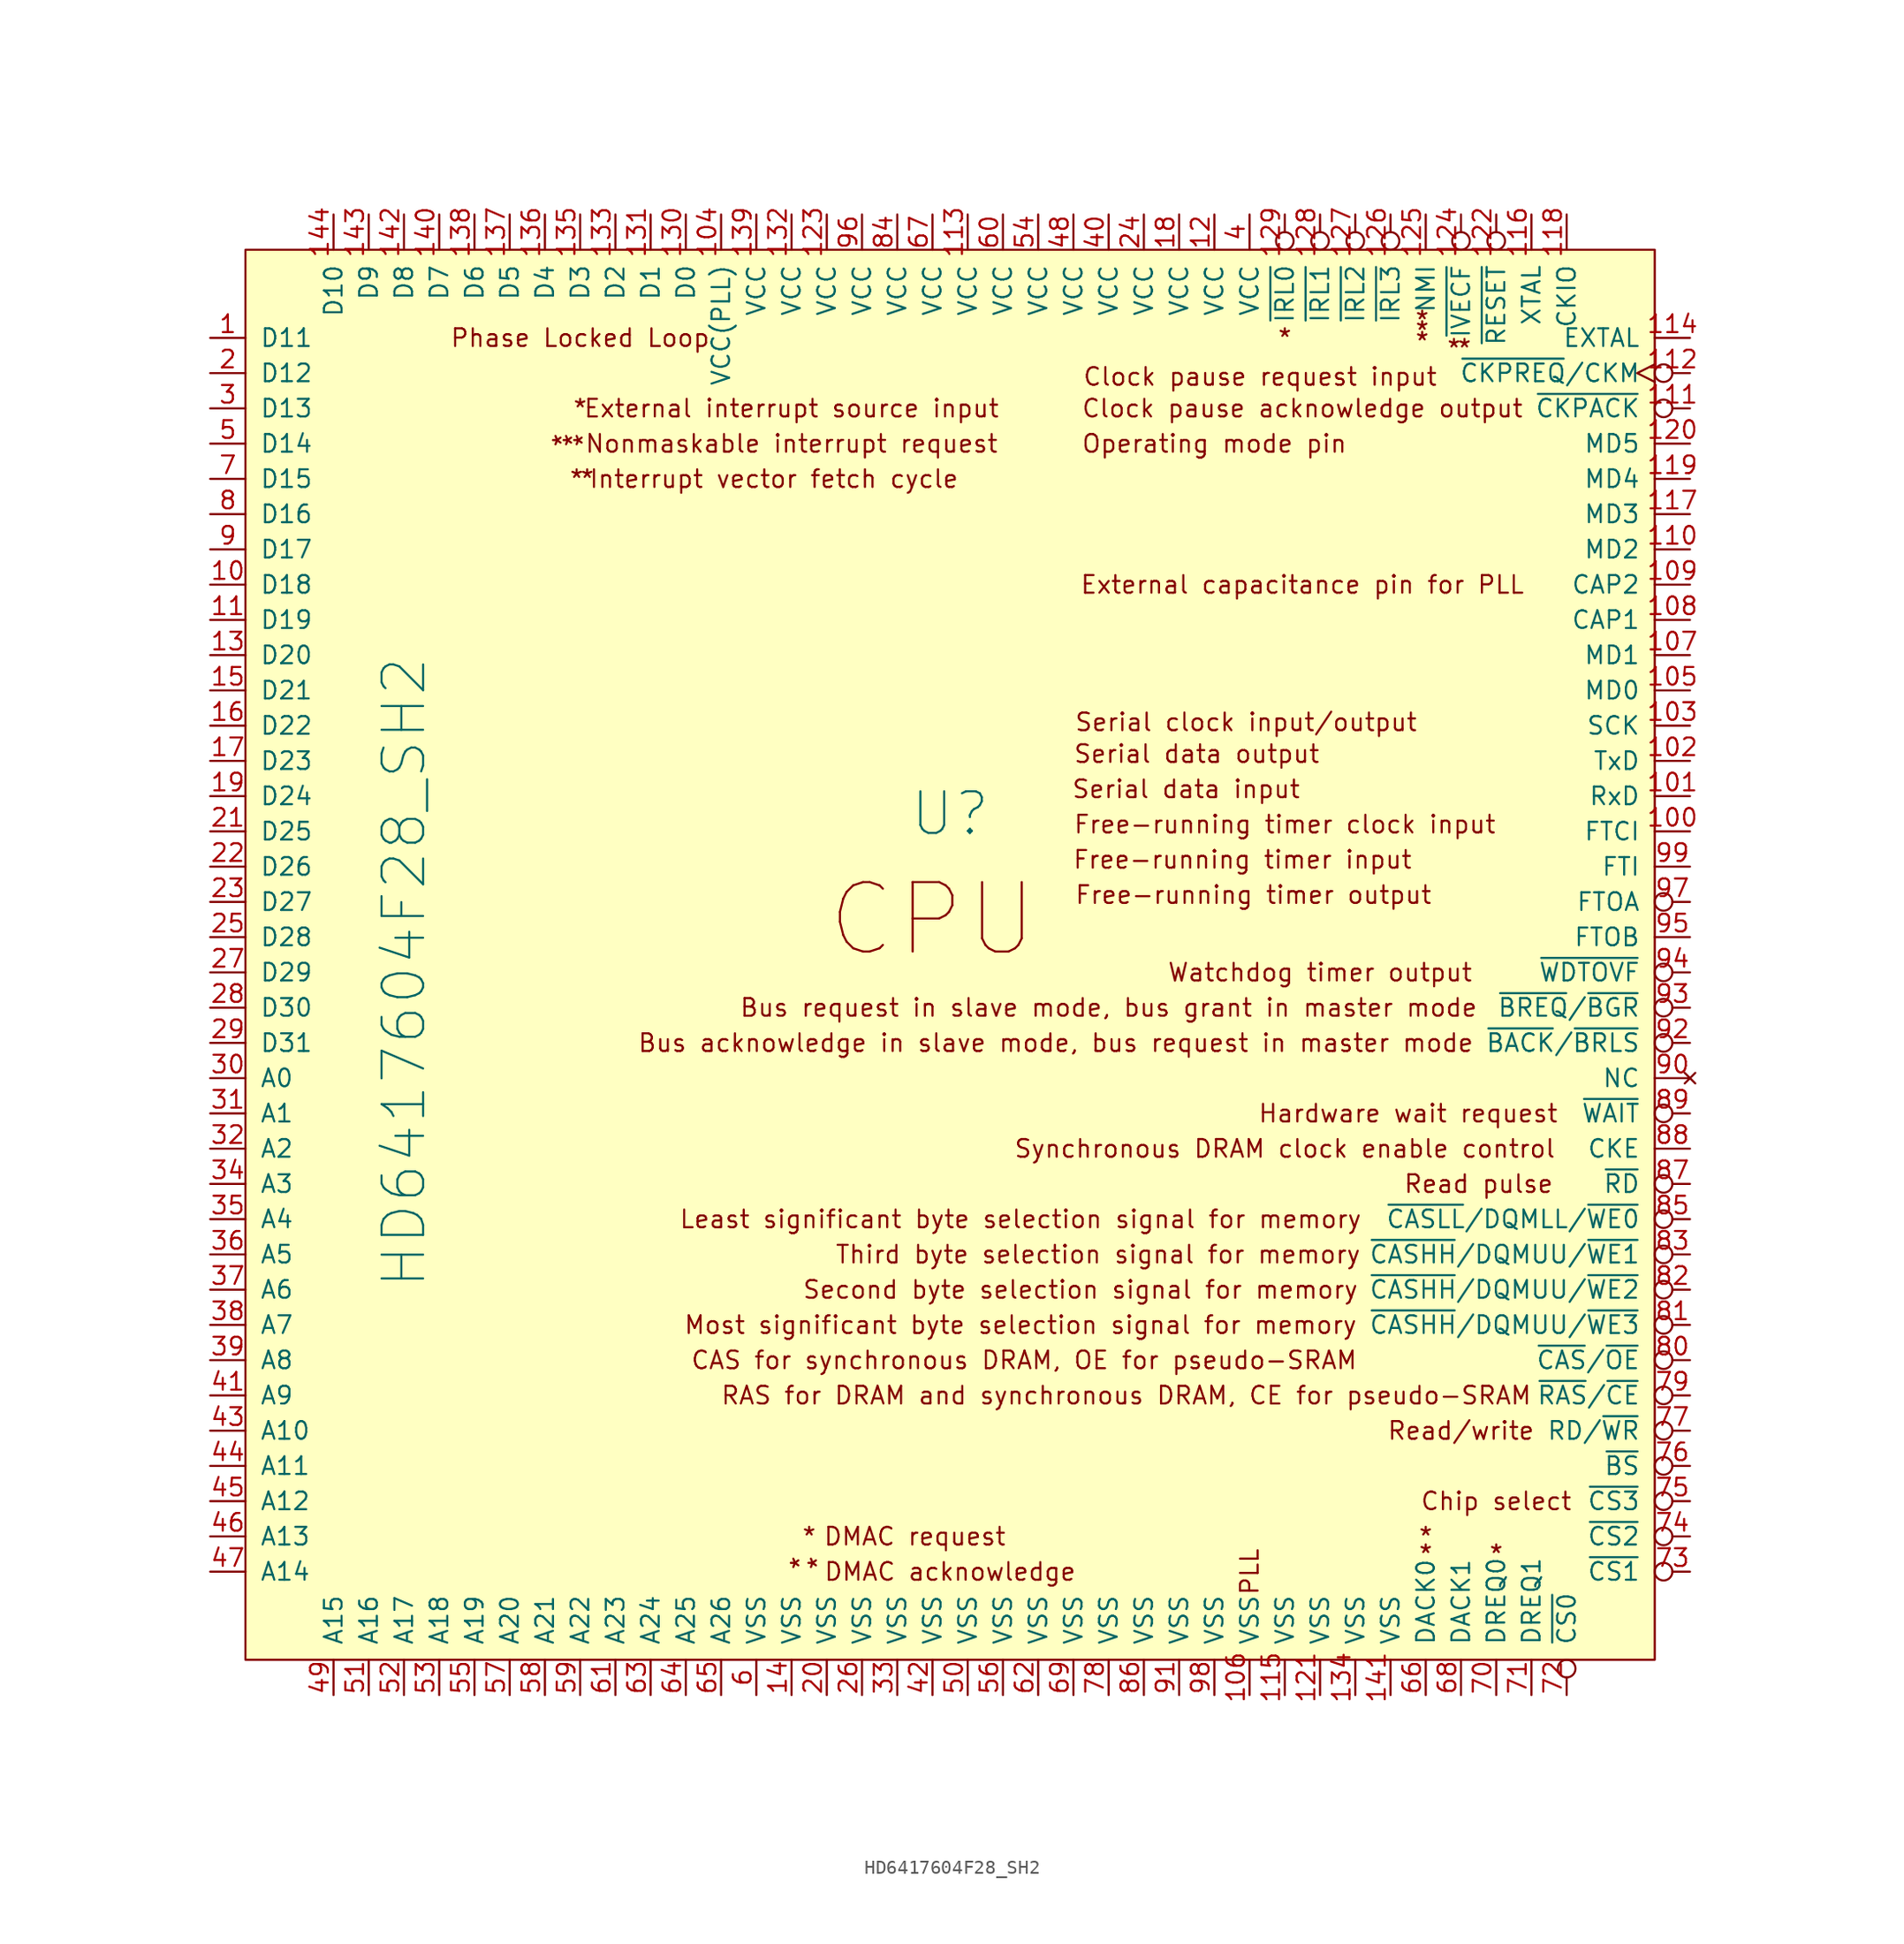
<source format=kicad_sym>
(kicad_symbol_lib
  (version 20231120)
  (generator "kicad_symbol_editor")
  (generator_version "8.0")
  (symbol "HD6417604F28_SH2"
    (pin_names
      (offset 1.016))
    (property "Reference" "U"
      (at 0 10.16 0)
      (effects (font (size 2.997 2.997))))
    (property "Value" "HD6417604F28_SH2"
      (at -39.37 -1.27 90)
      (effects (font (size 2.997 2.997))))
    (symbol "HD6417604F28_SH2_0_0"
      (text "*" (at -27.94 37.084 900) (effects (font (size 1.27 1.27))))
      (text "*" (at -27.178 37.084 900) (effects (font (size 1.27 1.27))))
      (text "*" (at -26.924 34.29 0) (effects (font (size 1.27 1.27))))
      (text "*" (at -26.67 39.37 0) (effects (font (size 1.27 1.27))))
      (text "*" (at -26.416 37.084 900) (effects (font (size 1.27 1.27))))
      (text "*" (at -26.162 34.29 0) (effects (font (size 1.27 1.27))))
      (text "*" (at -10.795 -43.815 900) (effects (font (size 1.27 1.27))))
      (text "*" (at -10.16 -41.91 0) (effects (font (size 1.27 1.27))))
      (text "*" (at -9.525 -43.815 900) (effects (font (size 1.27 1.27))))
      (text "*" (at 24.13 44.45 0) (effects (font (size 1.27 1.27))))
      (text "*" (at 34.036 44.196 0) (effects (font (size 1.27 1.27))))
      (text "*" (at 34.036 44.958 0) (effects (font (size 1.27 1.27))))
      (text "*" (at 34.036 45.72 0) (effects (font (size 1.27 1.27))))
      (text "*" (at 34.29 -43.18 0) (effects (font (size 1.27 1.27))))
      (text "*" (at 34.29 -41.91 0) (effects (font (size 1.27 1.27))))
      (text "*" (at 36.322 43.688 0) (effects (font (size 1.27 1.27))))
      (text "*" (at 37.084 43.688 0) (effects (font (size 1.27 1.27))))
      (text "*" (at 39.37 -43.18 0) (effects (font (size 1.27 1.27))))
      (text "Bus acknowledge in slave mode, bus request in master mode" (at 7.62 -6.35 0) (effects (font (size 1.27 1.27))))
      (text "Bus request in slave mode, bus grant in master mode" (at 11.43 -3.81 0) (effects (font (size 1.27 1.27))))
      (text "CAS for synchronous DRAM, OE for pseudo-SRAM" (at 5.334 -29.21 0) (effects (font (size 1.27 1.27))))
      (text "Chip select" (at 39.37 -39.37 0) (effects (font (size 1.27 1.27))))
      (text "Clock pause acknowledge output" (at 25.4 39.37 0) (effects (font (size 1.27 1.27))))
      (text "Clock pause request input" (at 22.352 41.656 0) (effects (font (size 1.27 1.27))))
      (text "CPU" (at -1.27 2.54 0) (effects (font (size 5.004 5.004))))
      (text "DMAC acknowledge" (at 0 -44.45 0) (effects (font (size 1.27 1.27))))
      (text "DMAC request" (at -2.54 -41.91 0) (effects (font (size 1.27 1.27))))
      (text "External capacitance pin for PLL" (at 25.4 26.67 0) (effects (font (size 1.27 1.27))))
      (text "External interrupt source input" (at -11.43 39.37 0) (effects (font (size 1.27 1.27))))
      (text "Free-running timer clock input" (at 24.13 9.398 0) (effects (font (size 1.27 1.27))))
      (text "Free-running timer input" (at 21.082 6.858 0) (effects (font (size 1.27 1.27))))
      (text "Free-running timer output " (at 22.352 4.318 0) (effects (font (size 1.27 1.27))))
      (text "Hardware wait request" (at 33.02 -11.43 0) (effects (font (size 1.27 1.27))))
      (text "Interrupt vector fetch cycle" (at -12.7 34.29 0) (effects (font (size 1.27 1.27))))
      (text "Least significant byte selection signal for memory" (at 5.08 -19.05 0) (effects (font (size 1.27 1.27))))
      (text "Most significant byte selection signal for memory" (at 5.08 -26.67 0) (effects (font (size 1.27 1.27))))
      (text "Nonmaskable interrupt request" (at -11.43 36.83 0) (effects (font (size 1.27 1.27))))
      (text "Operating mode pin" (at 19.05 36.83 0) (effects (font (size 1.27 1.27))))
      (text "Phase Locked Loop" (at -26.67 44.45 0) (effects (font (size 1.27 1.27))))
      (text "PLL" (at 21.59 -44.45 900) (effects (font (size 1.27 1.27))))
      (text "RAS for DRAM and synchronous DRAM, CE for pseudo-SRAM" (at 12.7 -31.75 0) (effects (font (size 1.27 1.27))))
      (text "Read pulse" (at 38.1 -16.51 0) (effects (font (size 1.27 1.27))))
      (text "Read/write" (at 36.83 -34.29 0) (effects (font (size 1.27 1.27))))
      (text "Second byte selection signal for memory" (at 9.398 -24.13 0) (effects (font (size 1.27 1.27))))
      (text "Serial clock input/output" (at 21.336 16.764 0) (effects (font (size 1.27 1.27))))
      (text "Serial data input" (at 17.018 11.938 0) (effects (font (size 1.27 1.27))))
      (text "Serial data output" (at 17.78 14.478 0) (effects (font (size 1.27 1.27))))
      (text "Synchronous DRAM clock enable control" (at 24.13 -13.97 0) (effects (font (size 1.27 1.27))))
      (text "Third byte selection signal for memory" (at 10.668 -21.59 0) (effects (font (size 1.27 1.27))))
      (text "Watchdog timer output" (at 26.67 -1.27 0) (effects (font (size 1.27 1.27)))))
    (symbol "HD6417604F28_SH2_0_1"
      (rectangle (start -50.8 50.8) (end 50.8 -50.8) (stroke (width 0) (type default)) (fill (type background))))
    (symbol "HD6417604F28_SH2_1_1"
      (pin tri_state line (at -53.34 44.45 0) (length 2.54) (name "D11" (effects (font (size 1.27 1.27)))) (number "1" (effects (font (size 1.27 1.27)))))
      (pin tri_state line (at -53.34 26.67 0) (length 2.54) (name "D18" (effects (font (size 1.27 1.27)))) (number "10" (effects (font (size 1.27 1.27)))))
      (pin input line (at 53.34 8.89 180) (length 2.54) (name "FTCI" (effects (font (size 1.27 1.27)))) (number "100" (effects (font (size 1.27 1.27)))))
      (pin input line (at 53.34 11.43 180) (length 2.54) (name "RxD" (effects (font (size 1.27 1.27)))) (number "101" (effects (font (size 1.27 1.27)))))
      (pin output line (at 53.34 13.97 180) (length 2.54) (name "TxD" (effects (font (size 1.27 1.27)))) (number "102" (effects (font (size 1.27 1.27)))))
      (pin bidirectional line (at 53.34 16.51 180) (length 2.54) (name "SCK" (effects (font (size 1.27 1.27)))) (number "103" (effects (font (size 1.27 1.27)))))
      (pin power_in line (at -16.51 53.34 270) (length 2.54) (name "VCC(PLL)" (effects (font (size 1.27 1.27)))) (number "104" (effects (font (size 1.27 1.27)))))
      (pin input line (at 53.34 19.05 180) (length 2.54) (name "MD0" (effects (font (size 1.27 1.27)))) (number "105" (effects (font (size 1.27 1.27)))))
      (pin power_in line (at 21.59 -53.34 90) (length 2.54) (name "VSS" (effects (font (size 1.27 1.27)))) (number "106" (effects (font (size 1.27 1.27)))))
      (pin input line (at 53.34 21.59 180) (length 2.54) (name "MD1" (effects (font (size 1.27 1.27)))) (number "107" (effects (font (size 1.27 1.27)))))
      (pin output line (at 53.34 24.13 180) (length 2.54) (name "CAP1" (effects (font (size 1.27 1.27)))) (number "108" (effects (font (size 1.27 1.27)))))
      (pin output line (at 53.34 26.67 180) (length 2.54) (name "CAP2" (effects (font (size 1.27 1.27)))) (number "109" (effects (font (size 1.27 1.27)))))
      (pin tri_state line (at -53.34 24.13 0) (length 2.54) (name "D19" (effects (font (size 1.27 1.27)))) (number "11" (effects (font (size 1.27 1.27)))))
      (pin input line (at 53.34 29.21 180) (length 2.54) (name "MD2" (effects (font (size 1.27 1.27)))) (number "110" (effects (font (size 1.27 1.27)))))
      (pin output inverted (at 53.34 39.37 180) (length 2.54) (name "~{CKPACK}" (effects (font (size 1.27 1.27)))) (number "111" (effects (font (size 1.27 1.27)))))
      (pin input inverted_clock (at 53.34 41.91 180) (length 2.54) (name "~{CKPREQ}/CKM" (effects (font (size 1.27 1.27)))) (number "112" (effects (font (size 1.27 1.27)))))
      (pin power_in line (at 1.27 53.34 270) (length 2.54) (name "VCC" (effects (font (size 1.27 1.27)))) (number "113" (effects (font (size 1.27 1.27)))))
      (pin input line (at 53.34 44.45 180) (length 2.54) (name "EXTAL" (effects (font (size 1.27 1.27)))) (number "114" (effects (font (size 1.27 1.27)))))
      (pin power_in line (at 24.13 -53.34 90) (length 2.54) (name "VSS" (effects (font (size 1.27 1.27)))) (number "115" (effects (font (size 1.27 1.27)))))
      (pin output line (at 41.91 53.34 270) (length 2.54) (name "XTAL" (effects (font (size 1.27 1.27)))) (number "116" (effects (font (size 1.27 1.27)))))
      (pin input line (at 53.34 31.75 180) (length 2.54) (name "MD3" (effects (font (size 1.27 1.27)))) (number "117" (effects (font (size 1.27 1.27)))))
      (pin bidirectional line (at 44.45 53.34 270) (length 2.54) (name "CKIO" (effects (font (size 1.27 1.27)))) (number "118" (effects (font (size 1.27 1.27)))))
      (pin input line (at 53.34 34.29 180) (length 2.54) (name "MD4" (effects (font (size 1.27 1.27)))) (number "119" (effects (font (size 1.27 1.27)))))
      (pin power_in line (at 19.05 53.34 270) (length 2.54) (name "VCC" (effects (font (size 1.27 1.27)))) (number "12" (effects (font (size 1.27 1.27)))))
      (pin input line (at 53.34 36.83 180) (length 2.54) (name "MD5" (effects (font (size 1.27 1.27)))) (number "120" (effects (font (size 1.27 1.27)))))
      (pin power_in line (at 26.67 -53.34 90) (length 2.54) (name "VSS" (effects (font (size 1.27 1.27)))) (number "121" (effects (font (size 1.27 1.27)))))
      (pin input inverted (at 39.37 53.34 270) (length 2.54) (name "~{RESET}" (effects (font (size 1.27 1.27)))) (number "122" (effects (font (size 1.27 1.27)))))
      (pin power_in line (at -8.89 53.34 270) (length 2.54) (name "VCC" (effects (font (size 1.27 1.27)))) (number "123" (effects (font (size 1.27 1.27)))))
      (pin input inverted (at 36.83 53.34 270) (length 2.54) (name "~{IVECF}" (effects (font (size 1.27 1.27)))) (number "124" (effects (font (size 1.27 1.27)))))
      (pin input line (at 34.29 53.34 270) (length 2.54) (name "NMI" (effects (font (size 1.27 1.27)))) (number "125" (effects (font (size 1.27 1.27)))))
      (pin input inverted (at 31.75 53.34 270) (length 2.54) (name "~{IRL3}" (effects (font (size 1.27 1.27)))) (number "126" (effects (font (size 1.27 1.27)))))
      (pin input inverted (at 29.21 53.34 270) (length 2.54) (name "~{IRL2}" (effects (font (size 1.27 1.27)))) (number "127" (effects (font (size 1.27 1.27)))))
      (pin input inverted (at 26.67 53.34 270) (length 2.54) (name "~{IRL1}" (effects (font (size 1.27 1.27)))) (number "128" (effects (font (size 1.27 1.27)))))
      (pin input inverted (at 24.13 53.34 270) (length 2.54) (name "~{IRL0}" (effects (font (size 1.27 1.27)))) (number "129" (effects (font (size 1.27 1.27)))))
      (pin tri_state line (at -53.34 21.59 0) (length 2.54) (name "D20" (effects (font (size 1.27 1.27)))) (number "13" (effects (font (size 1.27 1.27)))))
      (pin tri_state line (at -19.05 53.34 270) (length 2.54) (name "D0" (effects (font (size 1.27 1.27)))) (number "130" (effects (font (size 1.27 1.27)))))
      (pin tri_state line (at -21.59 53.34 270) (length 2.54) (name "D1" (effects (font (size 1.27 1.27)))) (number "131" (effects (font (size 1.27 1.27)))))
      (pin power_in line (at -11.43 53.34 270) (length 2.54) (name "VCC" (effects (font (size 1.27 1.27)))) (number "132" (effects (font (size 1.27 1.27)))))
      (pin tri_state line (at -24.13 53.34 270) (length 2.54) (name "D2" (effects (font (size 1.27 1.27)))) (number "133" (effects (font (size 1.27 1.27)))))
      (pin power_in line (at 29.21 -53.34 90) (length 2.54) (name "VSS" (effects (font (size 1.27 1.27)))) (number "134" (effects (font (size 1.27 1.27)))))
      (pin tri_state line (at -26.67 53.34 270) (length 2.54) (name "D3" (effects (font (size 1.27 1.27)))) (number "135" (effects (font (size 1.27 1.27)))))
      (pin tri_state line (at -29.21 53.34 270) (length 2.54) (name "D4" (effects (font (size 1.27 1.27)))) (number "136" (effects (font (size 1.27 1.27)))))
      (pin tri_state line (at -31.75 53.34 270) (length 2.54) (name "D5" (effects (font (size 1.27 1.27)))) (number "137" (effects (font (size 1.27 1.27)))))
      (pin tri_state line (at -34.29 53.34 270) (length 2.54) (name "D6" (effects (font (size 1.27 1.27)))) (number "138" (effects (font (size 1.27 1.27)))))
      (pin power_in line (at -13.97 53.34 270) (length 2.54) (name "VCC" (effects (font (size 1.27 1.27)))) (number "139" (effects (font (size 1.27 1.27)))))
      (pin power_in line (at -11.43 -53.34 90) (length 2.54) (name "VSS" (effects (font (size 1.27 1.27)))) (number "14" (effects (font (size 1.27 1.27)))))
      (pin tri_state line (at -36.83 53.34 270) (length 2.54) (name "D7" (effects (font (size 1.27 1.27)))) (number "140" (effects (font (size 1.27 1.27)))))
      (pin power_in line (at 31.75 -53.34 90) (length 2.54) (name "VSS" (effects (font (size 1.27 1.27)))) (number "141" (effects (font (size 1.27 1.27)))))
      (pin tri_state line (at -39.37 53.34 270) (length 2.54) (name "D8" (effects (font (size 1.27 1.27)))) (number "142" (effects (font (size 1.27 1.27)))))
      (pin tri_state line (at -41.91 53.34 270) (length 2.54) (name "D9" (effects (font (size 1.27 1.27)))) (number "143" (effects (font (size 1.27 1.27)))))
      (pin tri_state line (at -44.45 53.34 270) (length 2.54) (name "D10" (effects (font (size 1.27 1.27)))) (number "144" (effects (font (size 1.27 1.27)))))
      (pin tri_state line (at -53.34 19.05 0) (length 2.54) (name "D21" (effects (font (size 1.27 1.27)))) (number "15" (effects (font (size 1.27 1.27)))))
      (pin tri_state line (at -53.34 16.51 0) (length 2.54) (name "D22" (effects (font (size 1.27 1.27)))) (number "16" (effects (font (size 1.27 1.27)))))
      (pin tri_state line (at -53.34 13.97 0) (length 2.54) (name "D23" (effects (font (size 1.27 1.27)))) (number "17" (effects (font (size 1.27 1.27)))))
      (pin power_in line (at 16.51 53.34 270) (length 2.54) (name "VCC" (effects (font (size 1.27 1.27)))) (number "18" (effects (font (size 1.27 1.27)))))
      (pin tri_state line (at -53.34 11.43 0) (length 2.54) (name "D24" (effects (font (size 1.27 1.27)))) (number "19" (effects (font (size 1.27 1.27)))))
      (pin tri_state line (at -53.34 41.91 0) (length 2.54) (name "D12" (effects (font (size 1.27 1.27)))) (number "2" (effects (font (size 1.27 1.27)))))
      (pin power_in line (at -8.89 -53.34 90) (length 2.54) (name "VSS" (effects (font (size 1.27 1.27)))) (number "20" (effects (font (size 1.27 1.27)))))
      (pin tri_state line (at -53.34 8.89 0) (length 2.54) (name "D25" (effects (font (size 1.27 1.27)))) (number "21" (effects (font (size 1.27 1.27)))))
      (pin tri_state line (at -53.34 6.35 0) (length 2.54) (name "D26" (effects (font (size 1.27 1.27)))) (number "22" (effects (font (size 1.27 1.27)))))
      (pin tri_state line (at -53.34 3.81 0) (length 2.54) (name "D27" (effects (font (size 1.27 1.27)))) (number "23" (effects (font (size 1.27 1.27)))))
      (pin power_in line (at 13.97 53.34 270) (length 2.54) (name "VCC" (effects (font (size 1.27 1.27)))) (number "24" (effects (font (size 1.27 1.27)))))
      (pin tri_state line (at -53.34 1.27 0) (length 2.54) (name "D28" (effects (font (size 1.27 1.27)))) (number "25" (effects (font (size 1.27 1.27)))))
      (pin power_in line (at -6.35 -53.34 90) (length 2.54) (name "VSS" (effects (font (size 1.27 1.27)))) (number "26" (effects (font (size 1.27 1.27)))))
      (pin tri_state line (at -53.34 -1.27 0) (length 2.54) (name "D29" (effects (font (size 1.27 1.27)))) (number "27" (effects (font (size 1.27 1.27)))))
      (pin tri_state line (at -53.34 -3.81 0) (length 2.54) (name "D30" (effects (font (size 1.27 1.27)))) (number "28" (effects (font (size 1.27 1.27)))))
      (pin tri_state line (at -53.34 -6.35 0) (length 2.54) (name "D31" (effects (font (size 1.27 1.27)))) (number "29" (effects (font (size 1.27 1.27)))))
      (pin tri_state line (at -53.34 39.37 0) (length 2.54) (name "D13" (effects (font (size 1.27 1.27)))) (number "3" (effects (font (size 1.27 1.27)))))
      (pin bidirectional line (at -53.34 -8.89 0) (length 2.54) (name "A0" (effects (font (size 1.27 1.27)))) (number "30" (effects (font (size 1.27 1.27)))))
      (pin bidirectional line (at -53.34 -11.43 0) (length 2.54) (name "A1" (effects (font (size 1.27 1.27)))) (number "31" (effects (font (size 1.27 1.27)))))
      (pin bidirectional line (at -53.34 -13.97 0) (length 2.54) (name "A2" (effects (font (size 1.27 1.27)))) (number "32" (effects (font (size 1.27 1.27)))))
      (pin power_in line (at -3.81 -53.34 90) (length 2.54) (name "VSS" (effects (font (size 1.27 1.27)))) (number "33" (effects (font (size 1.27 1.27)))))
      (pin bidirectional line (at -53.34 -16.51 0) (length 2.54) (name "A3" (effects (font (size 1.27 1.27)))) (number "34" (effects (font (size 1.27 1.27)))))
      (pin bidirectional line (at -53.34 -19.05 0) (length 2.54) (name "A4" (effects (font (size 1.27 1.27)))) (number "35" (effects (font (size 1.27 1.27)))))
      (pin bidirectional line (at -53.34 -21.59 0) (length 2.54) (name "A5" (effects (font (size 1.27 1.27)))) (number "36" (effects (font (size 1.27 1.27)))))
      (pin bidirectional line (at -53.34 -24.13 0) (length 2.54) (name "A6" (effects (font (size 1.27 1.27)))) (number "37" (effects (font (size 1.27 1.27)))))
      (pin bidirectional line (at -53.34 -26.67 0) (length 2.54) (name "A7" (effects (font (size 1.27 1.27)))) (number "38" (effects (font (size 1.27 1.27)))))
      (pin bidirectional line (at -53.34 -29.21 0) (length 2.54) (name "A8" (effects (font (size 1.27 1.27)))) (number "39" (effects (font (size 1.27 1.27)))))
      (pin power_in line (at 21.59 53.34 270) (length 2.54) (name "VCC" (effects (font (size 1.27 1.27)))) (number "4" (effects (font (size 1.27 1.27)))))
      (pin power_in line (at 11.43 53.34 270) (length 2.54) (name "VCC" (effects (font (size 1.27 1.27)))) (number "40" (effects (font (size 1.27 1.27)))))
      (pin bidirectional line (at -53.34 -31.75 0) (length 2.54) (name "A9" (effects (font (size 1.27 1.27)))) (number "41" (effects (font (size 1.27 1.27)))))
      (pin power_in line (at -1.27 -53.34 90) (length 2.54) (name "VSS" (effects (font (size 1.27 1.27)))) (number "42" (effects (font (size 1.27 1.27)))))
      (pin bidirectional line (at -53.34 -34.29 0) (length 2.54) (name "A10" (effects (font (size 1.27 1.27)))) (number "43" (effects (font (size 1.27 1.27)))))
      (pin bidirectional line (at -53.34 -36.83 0) (length 2.54) (name "A11" (effects (font (size 1.27 1.27)))) (number "44" (effects (font (size 1.27 1.27)))))
      (pin bidirectional line (at -53.34 -39.37 0) (length 2.54) (name "A12" (effects (font (size 1.27 1.27)))) (number "45" (effects (font (size 1.27 1.27)))))
      (pin bidirectional line (at -53.34 -41.91 0) (length 2.54) (name "A13" (effects (font (size 1.27 1.27)))) (number "46" (effects (font (size 1.27 1.27)))))
      (pin bidirectional line (at -53.34 -44.45 0) (length 2.54) (name "A14" (effects (font (size 1.27 1.27)))) (number "47" (effects (font (size 1.27 1.27)))))
      (pin power_in line (at 8.89 53.34 270) (length 2.54) (name "VCC" (effects (font (size 1.27 1.27)))) (number "48" (effects (font (size 1.27 1.27)))))
      (pin bidirectional line (at -44.45 -53.34 90) (length 2.54) (name "A15" (effects (font (size 1.27 1.27)))) (number "49" (effects (font (size 1.27 1.27)))))
      (pin tri_state line (at -53.34 36.83 0) (length 2.54) (name "D14" (effects (font (size 1.27 1.27)))) (number "5" (effects (font (size 1.27 1.27)))))
      (pin power_in line (at 1.27 -53.34 90) (length 2.54) (name "VSS" (effects (font (size 1.27 1.27)))) (number "50" (effects (font (size 1.27 1.27)))))
      (pin bidirectional line (at -41.91 -53.34 90) (length 2.54) (name "A16" (effects (font (size 1.27 1.27)))) (number "51" (effects (font (size 1.27 1.27)))))
      (pin bidirectional line (at -39.37 -53.34 90) (length 2.54) (name "A17" (effects (font (size 1.27 1.27)))) (number "52" (effects (font (size 1.27 1.27)))))
      (pin bidirectional line (at -36.83 -53.34 90) (length 2.54) (name "A18" (effects (font (size 1.27 1.27)))) (number "53" (effects (font (size 1.27 1.27)))))
      (pin power_in line (at 6.35 53.34 270) (length 2.54) (name "VCC" (effects (font (size 1.27 1.27)))) (number "54" (effects (font (size 1.27 1.27)))))
      (pin bidirectional line (at -34.29 -53.34 90) (length 2.54) (name "A19" (effects (font (size 1.27 1.27)))) (number "55" (effects (font (size 1.27 1.27)))))
      (pin power_in line (at 3.81 -53.34 90) (length 2.54) (name "VSS" (effects (font (size 1.27 1.27)))) (number "56" (effects (font (size 1.27 1.27)))))
      (pin bidirectional line (at -31.75 -53.34 90) (length 2.54) (name "A20" (effects (font (size 1.27 1.27)))) (number "57" (effects (font (size 1.27 1.27)))))
      (pin bidirectional line (at -29.21 -53.34 90) (length 2.54) (name "A21" (effects (font (size 1.27 1.27)))) (number "58" (effects (font (size 1.27 1.27)))))
      (pin bidirectional line (at -26.67 -53.34 90) (length 2.54) (name "A22" (effects (font (size 1.27 1.27)))) (number "59" (effects (font (size 1.27 1.27)))))
      (pin power_in line (at -13.97 -53.34 90) (length 2.54) (name "VSS" (effects (font (size 1.27 1.27)))) (number "6" (effects (font (size 1.27 1.27)))))
      (pin power_in line (at 3.81 53.34 270) (length 2.54) (name "VCC" (effects (font (size 1.27 1.27)))) (number "60" (effects (font (size 1.27 1.27)))))
      (pin bidirectional line (at -24.13 -53.34 90) (length 2.54) (name "A23" (effects (font (size 1.27 1.27)))) (number "61" (effects (font (size 1.27 1.27)))))
      (pin power_in line (at 6.35 -53.34 90) (length 2.54) (name "VSS" (effects (font (size 1.27 1.27)))) (number "62" (effects (font (size 1.27 1.27)))))
      (pin bidirectional line (at -21.59 -53.34 90) (length 2.54) (name "A24" (effects (font (size 1.27 1.27)))) (number "63" (effects (font (size 1.27 1.27)))))
      (pin bidirectional line (at -19.05 -53.34 90) (length 2.54) (name "A25" (effects (font (size 1.27 1.27)))) (number "64" (effects (font (size 1.27 1.27)))))
      (pin bidirectional line (at -16.51 -53.34 90) (length 2.54) (name "A26" (effects (font (size 1.27 1.27)))) (number "65" (effects (font (size 1.27 1.27)))))
      (pin output line (at 34.29 -53.34 90) (length 2.54) (name "DACK0" (effects (font (size 1.27 1.27)))) (number "66" (effects (font (size 1.27 1.27)))))
      (pin power_in line (at -1.27 53.34 270) (length 2.54) (name "VCC" (effects (font (size 1.27 1.27)))) (number "67" (effects (font (size 1.27 1.27)))))
      (pin output line (at 36.83 -53.34 90) (length 2.54) (name "DACK1" (effects (font (size 1.27 1.27)))) (number "68" (effects (font (size 1.27 1.27)))))
      (pin power_in line (at 8.89 -53.34 90) (length 2.54) (name "VSS" (effects (font (size 1.27 1.27)))) (number "69" (effects (font (size 1.27 1.27)))))
      (pin tri_state line (at -53.34 34.29 0) (length 2.54) (name "D15" (effects (font (size 1.27 1.27)))) (number "7" (effects (font (size 1.27 1.27)))))
      (pin input line (at 39.37 -53.34 90) (length 2.54) (name "DREQ0" (effects (font (size 1.27 1.27)))) (number "70" (effects (font (size 1.27 1.27)))))
      (pin input line (at 41.91 -53.34 90) (length 2.54) (name "DREQ1" (effects (font (size 1.27 1.27)))) (number "71" (effects (font (size 1.27 1.27)))))
      (pin output inverted (at 44.45 -53.34 90) (length 2.54) (name "~{CS0}" (effects (font (size 1.27 1.27)))) (number "72" (effects (font (size 1.27 1.27)))))
      (pin output inverted (at 53.34 -44.45 180) (length 2.54) (name "~{CS1}" (effects (font (size 1.27 1.27)))) (number "73" (effects (font (size 1.27 1.27)))))
      (pin output inverted (at 53.34 -41.91 180) (length 2.54) (name "~{CS2}" (effects (font (size 1.27 1.27)))) (number "74" (effects (font (size 1.27 1.27)))))
      (pin output inverted (at 53.34 -39.37 180) (length 2.54) (name "~{CS3}" (effects (font (size 1.27 1.27)))) (number "75" (effects (font (size 1.27 1.27)))))
      (pin bidirectional inverted (at 53.34 -36.83 180) (length 2.54) (name "~{BS}" (effects (font (size 1.27 1.27)))) (number "76" (effects (font (size 1.27 1.27)))))
      (pin bidirectional inverted (at 53.34 -34.29 180) (length 2.54) (name "RD/~{WR}" (effects (font (size 1.27 1.27)))) (number "77" (effects (font (size 1.27 1.27)))))
      (pin power_in line (at 11.43 -53.34 90) (length 2.54) (name "VSS" (effects (font (size 1.27 1.27)))) (number "78" (effects (font (size 1.27 1.27)))))
      (pin output inverted (at 53.34 -31.75 180) (length 2.54) (name "~{RAS}/~{CE}" (effects (font (size 1.27 1.27)))) (number "79" (effects (font (size 1.27 1.27)))))
      (pin tri_state line (at -53.34 31.75 0) (length 2.54) (name "D16" (effects (font (size 1.27 1.27)))) (number "8" (effects (font (size 1.27 1.27)))))
      (pin output inverted (at 53.34 -29.21 180) (length 2.54) (name "~{CAS}/~{OE}" (effects (font (size 1.27 1.27)))) (number "80" (effects (font (size 1.27 1.27)))))
      (pin output inverted (at 53.34 -26.67 180) (length 2.54) (name "~{CASHH}/DQMUU/~{WE3}" (effects (font (size 1.27 1.27)))) (number "81" (effects (font (size 1.27 1.27)))))
      (pin output inverted (at 53.34 -24.13 180) (length 2.54) (name "~{CASHH}/DQMUU/~{WE2}" (effects (font (size 1.27 1.27)))) (number "82" (effects (font (size 1.27 1.27)))))
      (pin output inverted (at 53.34 -21.59 180) (length 2.54) (name "~{CASHH}/DQMUU/~{WE1}" (effects (font (size 1.27 1.27)))) (number "83" (effects (font (size 1.27 1.27)))))
      (pin power_in line (at -3.81 53.34 270) (length 2.54) (name "VCC" (effects (font (size 1.27 1.27)))) (number "84" (effects (font (size 1.27 1.27)))))
      (pin output inverted (at 53.34 -19.05 180) (length 2.54) (name "~{CASLL}/DQMLL/~{WE0}" (effects (font (size 1.27 1.27)))) (number "85" (effects (font (size 1.27 1.27)))))
      (pin power_in line (at 13.97 -53.34 90) (length 2.54) (name "VSS" (effects (font (size 1.27 1.27)))) (number "86" (effects (font (size 1.27 1.27)))))
      (pin output inverted (at 53.34 -16.51 180) (length 2.54) (name "~{RD}" (effects (font (size 1.27 1.27)))) (number "87" (effects (font (size 1.27 1.27)))))
      (pin output line (at 53.34 -13.97 180) (length 2.54) (name "CKE" (effects (font (size 1.27 1.27)))) (number "88" (effects (font (size 1.27 1.27)))))
      (pin input inverted (at 53.34 -11.43 180) (length 2.54) (name "~{WAIT}" (effects (font (size 1.27 1.27)))) (number "89" (effects (font (size 1.27 1.27)))))
      (pin tri_state line (at -53.34 29.21 0) (length 2.54) (name "D17" (effects (font (size 1.27 1.27)))) (number "9" (effects (font (size 1.27 1.27)))))
      (pin no_connect line (at 53.34 -8.89 180) (length 2.54) (name "NC" (effects (font (size 1.27 1.27)))) (number "90" (effects (font (size 1.27 1.27)))))
      (pin power_in line (at 16.51 -53.34 90) (length 2.54) (name "VSS" (effects (font (size 1.27 1.27)))) (number "91" (effects (font (size 1.27 1.27)))))
      (pin input inverted (at 53.34 -6.35 180) (length 2.54) (name "~{BACK}/~{BRLS}" (effects (font (size 1.27 1.27)))) (number "92" (effects (font (size 1.27 1.27)))))
      (pin output inverted (at 53.34 -3.81 180) (length 2.54) (name "~{BREQ}/~{BGR}" (effects (font (size 1.27 1.27)))) (number "93" (effects (font (size 1.27 1.27)))))
      (pin output inverted (at 53.34 -1.27 180) (length 2.54) (name "~{WDTOVF}" (effects (font (size 1.27 1.27)))) (number "94" (effects (font (size 1.27 1.27)))))
      (pin output line (at 53.34 1.27 180) (length 2.54) (name "FTOB" (effects (font (size 1.27 1.27)))) (number "95" (effects (font (size 1.27 1.27)))))
      (pin power_in line (at -6.35 53.34 270) (length 2.54) (name "VCC" (effects (font (size 1.27 1.27)))) (number "96" (effects (font (size 1.27 1.27)))))
      (pin output inverted (at 53.34 3.81 180) (length 2.54) (name "FTOA" (effects (font (size 1.27 1.27)))) (number "97" (effects (font (size 1.27 1.27)))))
      (pin power_in line (at 19.05 -53.34 90) (length 2.54) (name "VSS" (effects (font (size 1.27 1.27)))) (number "98" (effects (font (size 1.27 1.27)))))
      (pin input line (at 53.34 6.35 180) (length 2.54) (name "FTI" (effects (font (size 1.27 1.27)))) (number "99" (effects (font (size 1.27 1.27))))))))
</source>
